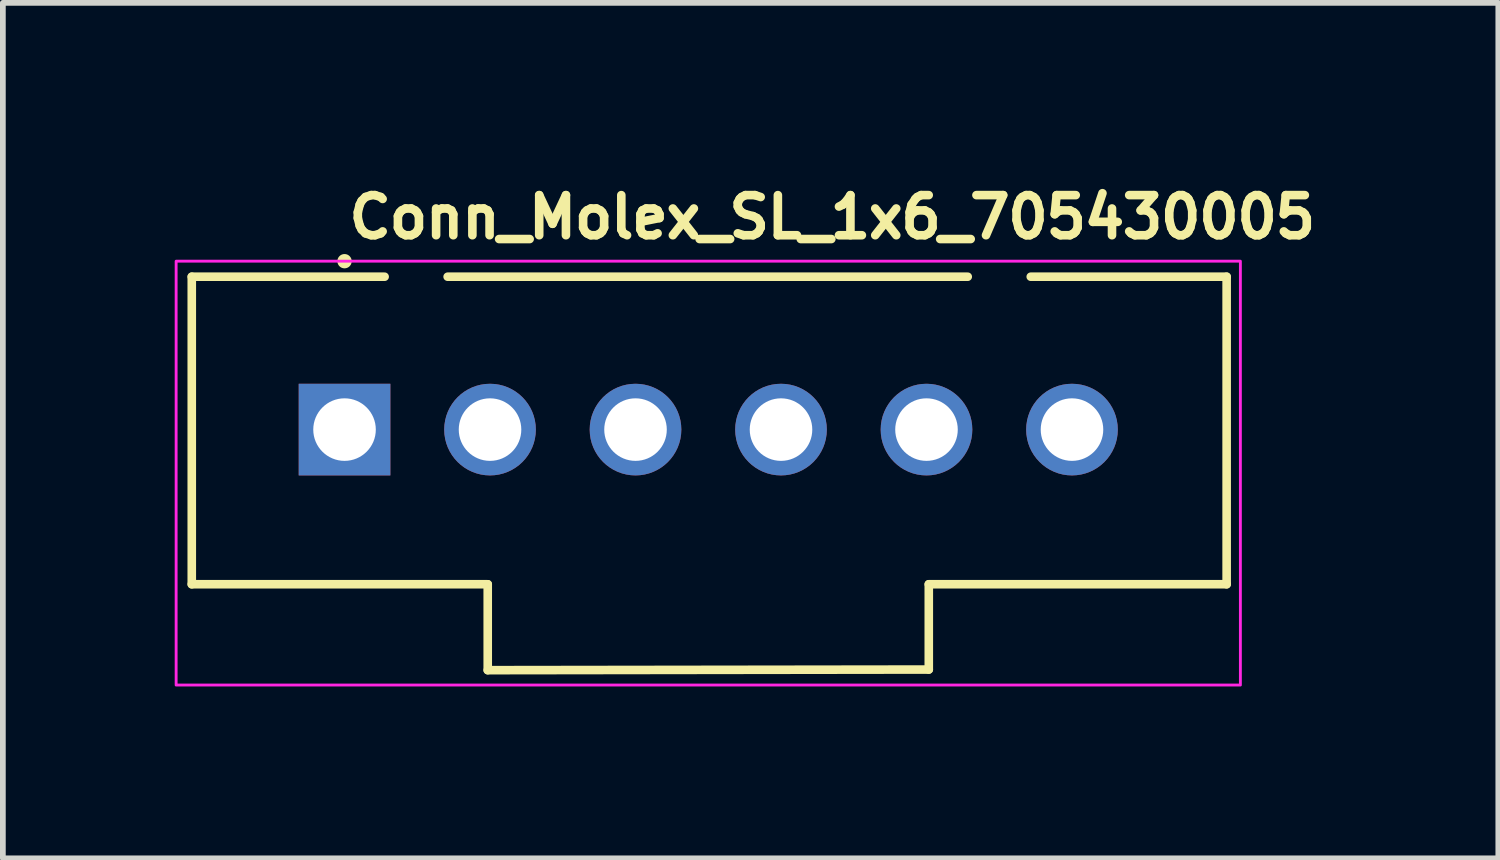
<source format=kicad_pcb>
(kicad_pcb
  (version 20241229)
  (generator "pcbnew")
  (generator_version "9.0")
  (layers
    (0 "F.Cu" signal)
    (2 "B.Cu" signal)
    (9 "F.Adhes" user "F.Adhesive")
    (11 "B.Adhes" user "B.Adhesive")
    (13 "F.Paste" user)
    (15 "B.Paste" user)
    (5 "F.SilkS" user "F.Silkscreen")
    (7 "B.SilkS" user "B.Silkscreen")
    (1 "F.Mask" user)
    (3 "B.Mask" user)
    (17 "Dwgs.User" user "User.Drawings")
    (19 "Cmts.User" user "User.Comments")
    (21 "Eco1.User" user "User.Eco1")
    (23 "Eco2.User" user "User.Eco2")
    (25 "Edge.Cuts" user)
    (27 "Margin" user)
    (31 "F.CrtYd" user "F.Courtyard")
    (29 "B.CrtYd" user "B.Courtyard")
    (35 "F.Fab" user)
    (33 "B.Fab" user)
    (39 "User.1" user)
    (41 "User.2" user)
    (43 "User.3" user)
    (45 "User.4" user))
  (footprint "Conn_Molex_SL_1x6_705430005"
    (layer "F.Cu")
    (at 2.965 4.45)
    (property "Reference" "Conn_Molex_SL_1x6_705430005" (at 0 -3.3 0) (unlocked yes) (layer "F.SilkS") (effects (font (size 0.7 0.7) (thickness 0.15)) (justify left bottom)))
    (attr through_hole)
    (fp_line (start -2.667 -2.669) (end -2.667 2.7) (stroke (width 0.15) (type solid)) (layer "F.SilkS"))
    (fp_line (start 0.7 -2.669) (end -2.667 -2.669) (stroke (width 0.15) (type solid)) (layer "F.SilkS"))
    (fp_line (start 2.5 2.7) (end -2.667 2.7) (stroke (width 0.15) (type solid)) (layer "F.SilkS"))
    (fp_line (start 2.5 2.7) (end 2.5 4.2) (stroke (width 0.15) (type solid)) (layer "F.SilkS"))
    (fp_line (start 10.2 2.7) (end 10.2 4.189) (stroke (width 0.15) (type solid)) (layer "F.SilkS"))
    (fp_line (start 10.2 4.189) (end 2.5 4.2) (stroke (width 0.15) (type solid)) (layer "F.SilkS"))
    (fp_line (start 10.88 -2.669) (end 1.8 -2.669) (stroke (width 0.15) (type solid)) (layer "F.SilkS"))
    (fp_line (start 15.4 -2.669) (end 11.98 -2.669) (stroke (width 0.15) (type solid)) (layer "F.SilkS"))
    (fp_line (start 15.4 -2.669) (end 15.4 2.7) (stroke (width 0.15) (type solid)) (layer "F.SilkS"))
    (fp_line (start 15.4 2.7) (end 10.2 2.7) (stroke (width 0.15) (type solid)) (layer "F.SilkS"))
    (fp_circle (center 0 -2.94) (end -0.05 -2.94) (stroke (width 0.15) (type solid)) (fill yes) (layer "F.SilkS"))
    (fp_rect (start 15.64 4.46) (end -2.94 -2.94) (stroke (width 0.05) (type solid)) (fill no) (layer "F.CrtYd"))
    (fp_rect (start 15.24 4.062) (end -2.54 -2.542) (stroke (width 0.1) (type solid)) (fill no) (layer "User.5"))
    (fp_line (start -2.54 2.538) (end -2.54 -2.542) (stroke (width 0.02) (type solid)) (layer "User.9"))
    (fp_line (start -2.54 2.538) (end -1.829 2.538) (stroke (width 0.02) (type solid)) (layer "User.9"))
    (fp_line (start -2.032 -2.034) (end 0.635 -2.034) (stroke (width 0.02) (type solid)) (layer "User.9"))
    (fp_line (start -2.032 2.03) (end -2.032 -2.034) (stroke (width 0.02) (type solid)) (layer "User.9"))
    (fp_line (start -1.829 2.513) (end -1.829 2.538) (stroke (width 0.02) (type solid)) (layer "User.9"))
    (fp_line (start -1.829 2.538) (end -1.016 2.538) (stroke (width 0.02) (type solid)) (layer "User.9"))
    (fp_line (start -1.524 -1.526) (end -2.032 -2.034) (stroke (width 0.02) (type solid)) (layer "User.9"))
    (fp_line (start -1.524 -1.526) (end 0.635 -1.526) (stroke (width 0.02) (type solid)) (layer "User.9"))
    (fp_line (start -1.524 1.522) (end -2.032 2.03) (stroke (width 0.02) (type solid)) (layer "User.9"))
    (fp_line (start -1.524 1.522) (end -1.524 -1.526) (stroke (width 0.02) (type solid)) (layer "User.9"))
    (fp_line (start -1.016 2.538) (end -1.016 2.513) (stroke (width 0.02) (type solid)) (layer "User.9"))
    (fp_line (start -1.016 2.538) (end -0.203 2.538) (stroke (width 0.02) (type solid)) (layer "User.9"))
    (fp_line (start -0.318 -0.319) (end -0.114 -0.116) (stroke (width 0.02) (type solid)) (layer "User.9"))
    (fp_line (start -0.318 -0.319) (end 0.317 -0.319) (stroke (width 0.02) (type solid)) (layer "User.9"))
    (fp_line (start -0.318 0.316) (end -0.318 -0.319) (stroke (width 0.02) (type solid)) (layer "User.9"))
    (fp_line (start -0.318 0.316) (end 0.317 0.316) (stroke (width 0.02) (type solid)) (layer "User.9"))
    (fp_line (start -0.203 2.513) (end -1.829 2.513) (stroke (width 0.02) (type solid)) (layer "User.9"))
    (fp_line (start -0.203 2.513) (end -0.203 2.538) (stroke (width 0.02) (type solid)) (layer "User.9"))
    (fp_line (start -0.203 2.538) (end 2.54 2.538) (stroke (width 0.02) (type solid)) (layer "User.9"))
    (fp_line (start -0.114 -0.116) (end 0.114 -0.116) (stroke (width 0.02) (type solid)) (layer "User.9"))
    (fp_line (start -0.114 0.112) (end -0.318 0.316) (stroke (width 0.02) (type solid)) (layer "User.9"))
    (fp_line (start -0.114 0.112) (end -0.114 -0.116) (stroke (width 0.02) (type solid)) (layer "User.9"))
    (fp_line (start -0.114 0.112) (end 0.114 0.112) (stroke (width 0.02) (type solid)) (layer "User.9"))
    (fp_line (start 0.114 -0.116) (end 0.114 0.112) (stroke (width 0.02) (type solid)) (layer "User.9"))
    (fp_line (start 0.114 -0.116) (end 0.317 -0.319) (stroke (width 0.02) (type solid)) (layer "User.9"))
    (fp_line (start 0.317 -0.319) (end 0.317 0.316) (stroke (width 0.02) (type solid)) (layer "User.9"))
    (fp_line (start 0.317 0.316) (end 0.114 0.112) (stroke (width 0.02) (type solid)) (layer "User.9"))
    (fp_line (start 0.635 -2.542) (end -2.54 -2.542) (stroke (width 0.02) (type solid)) (layer "User.9"))
    (fp_line (start 0.635 -2.542) (end 0.635 -2.034) (stroke (width 0.02) (type solid)) (layer "User.9"))
    (fp_line (start 0.635 -2.034) (end 0.635 -1.526) (stroke (width 0.02) (type solid)) (layer "User.9"))
    (fp_line (start 1.905 -2.542) (end 0.635 -2.542) (stroke (width 0.02) (type solid)) (layer "User.9"))
    (fp_line (start 1.905 -2.542) (end 1.905 -2.034) (stroke (width 0.02) (type solid)) (layer "User.9"))
    (fp_line (start 1.905 -2.034) (end 1.905 -1.526) (stroke (width 0.02) (type solid)) (layer "User.9"))
    (fp_line (start 1.905 -2.034) (end 10.795 -2.034) (stroke (width 0.02) (type solid)) (layer "User.9"))
    (fp_line (start 1.905 -1.526) (end 10.795 -1.526) (stroke (width 0.02) (type solid)) (layer "User.9"))
    (fp_line (start 2.222 -0.319) (end 2.426 -0.116) (stroke (width 0.02) (type solid)) (layer "User.9"))
    (fp_line (start 2.222 -0.319) (end 2.857 -0.319) (stroke (width 0.02) (type solid)) (layer "User.9"))
    (fp_line (start 2.222 0.316) (end 2.222 -0.319) (stroke (width 0.02) (type solid)) (layer "User.9"))
    (fp_line (start 2.222 0.316) (end 2.857 0.316) (stroke (width 0.02) (type solid)) (layer "User.9"))
    (fp_line (start 2.426 -0.116) (end 2.654 -0.116) (stroke (width 0.02) (type solid)) (layer "User.9"))
    (fp_line (start 2.426 0.112) (end 2.222 0.316) (stroke (width 0.02) (type solid)) (layer "User.9"))
    (fp_line (start 2.426 0.112) (end 2.426 -0.116) (stroke (width 0.02) (type solid)) (layer "User.9"))
    (fp_line (start 2.426 0.112) (end 2.654 0.112) (stroke (width 0.02) (type solid)) (layer "User.9"))
    (fp_line (start 2.54 4.062) (end 2.54 2.538) (stroke (width 0.02) (type solid)) (layer "User.9"))
    (fp_line (start 2.654 -0.116) (end 2.654 0.112) (stroke (width 0.02) (type solid)) (layer "User.9"))
    (fp_line (start 2.654 -0.116) (end 2.857 -0.319) (stroke (width 0.02) (type solid)) (layer "User.9"))
    (fp_line (start 2.857 -0.319) (end 2.857 0.316) (stroke (width 0.02) (type solid)) (layer "User.9"))
    (fp_line (start 2.857 0.316) (end 2.654 0.112) (stroke (width 0.02) (type solid)) (layer "User.9"))
    (fp_line (start 3.048 2.03) (end -2.032 2.03) (stroke (width 0.02) (type solid)) (layer "User.9"))
    (fp_line (start 3.048 3.554) (end 3.048 2.03) (stroke (width 0.02) (type solid)) (layer "User.9"))
    (fp_line (start 3.556 1.522) (end -1.524 1.522) (stroke (width 0.02) (type solid)) (layer "User.9"))
    (fp_line (start 3.556 1.522) (end 3.048 2.03) (stroke (width 0.02) (type solid)) (layer "User.9"))
    (fp_line (start 3.556 3.046) (end 3.048 3.554) (stroke (width 0.02) (type solid)) (layer "User.9"))
    (fp_line (start 3.556 3.046) (end 3.556 1.522) (stroke (width 0.02) (type solid)) (layer "User.9"))
    (fp_line (start 4.762 -0.319) (end 4.966 -0.116) (stroke (width 0.02) (type solid)) (layer "User.9"))
    (fp_line (start 4.762 -0.319) (end 5.397 -0.319) (stroke (width 0.02) (type solid)) (layer "User.9"))
    (fp_line (start 4.762 0.316) (end 4.762 -0.319) (stroke (width 0.02) (type solid)) (layer "User.9"))
    (fp_line (start 4.762 0.316) (end 5.397 0.316) (stroke (width 0.02) (type solid)) (layer "User.9"))
    (fp_line (start 4.826 1.522) (end 3.556 1.522) (stroke (width 0.02) (type solid)) (layer "User.9"))
    (fp_line (start 4.826 1.522) (end 4.826 2.03) (stroke (width 0.02) (type solid)) (layer "User.9"))
    (fp_line (start 4.826 2.03) (end 3.556 2.03) (stroke (width 0.02) (type solid)) (layer "User.9"))
    (fp_line (start 4.826 2.538) (end 3.556 2.538) (stroke (width 0.02) (type solid)) (layer "User.9"))
    (fp_line (start 4.826 2.538) (end 4.826 2.03) (stroke (width 0.02) (type solid)) (layer "User.9"))
    (fp_line (start 4.966 -0.116) (end 5.194 -0.116) (stroke (width 0.02) (type solid)) (layer "User.9"))
    (fp_line (start 4.966 0.112) (end 4.762 0.316) (stroke (width 0.02) (type solid)) (layer "User.9"))
    (fp_line (start 4.966 0.112) (end 4.966 -0.116) (stroke (width 0.02) (type solid)) (layer "User.9"))
    (fp_line (start 4.966 0.112) (end 5.194 0.112) (stroke (width 0.02) (type solid)) (layer "User.9"))
    (fp_line (start 5.194 -0.116) (end 5.194 0.112) (stroke (width 0.02) (type solid)) (layer "User.9"))
    (fp_line (start 5.194 -0.116) (end 5.397 -0.319) (stroke (width 0.02) (type solid)) (layer "User.9"))
    (fp_line (start 5.397 -0.319) (end 5.397 0.316) (stroke (width 0.02) (type solid)) (layer "User.9"))
    (fp_line (start 5.397 0.316) (end 5.194 0.112) (stroke (width 0.02) (type solid)) (layer "User.9"))
    (fp_line (start 7.302 -0.319) (end 7.506 -0.116) (stroke (width 0.02) (type solid)) (layer "User.9"))
    (fp_line (start 7.302 -0.319) (end 7.937 -0.319) (stroke (width 0.02) (type solid)) (layer "User.9"))
    (fp_line (start 7.302 0.316) (end 7.302 -0.319) (stroke (width 0.02) (type solid)) (layer "User.9"))
    (fp_line (start 7.302 0.316) (end 7.937 0.316) (stroke (width 0.02) (type solid)) (layer "User.9"))
    (fp_line (start 7.506 -0.116) (end 7.734 -0.116) (stroke (width 0.02) (type solid)) (layer "User.9"))
    (fp_line (start 7.506 0.112) (end 7.302 0.316) (stroke (width 0.02) (type solid)) (layer "User.9"))
    (fp_line (start 7.506 0.112) (end 7.506 -0.116) (stroke (width 0.02) (type solid)) (layer "User.9"))
    (fp_line (start 7.506 0.112) (end 7.734 0.112) (stroke (width 0.02) (type solid)) (layer "User.9"))
    (fp_line (start 7.734 -0.116) (end 7.734 0.112) (stroke (width 0.02) (type solid)) (layer "User.9"))
    (fp_line (start 7.734 -0.116) (end 7.937 -0.319) (stroke (width 0.02) (type solid)) (layer "User.9"))
    (fp_line (start 7.874 2.03) (end 7.874 1.522) (stroke (width 0.02) (type solid)) (layer "User.9"))
    (fp_line (start 7.874 2.538) (end 4.826 2.538) (stroke (width 0.02) (type solid)) (layer "User.9"))
    (fp_line (start 7.874 2.538) (end 7.874 2.03) (stroke (width 0.02) (type solid)) (layer "User.9"))
    (fp_line (start 7.937 -0.319) (end 7.937 0.316) (stroke (width 0.02) (type solid)) (layer "User.9"))
    (fp_line (start 7.937 0.316) (end 7.734 0.112) (stroke (width 0.02) (type solid)) (layer "User.9"))
    (fp_line (start 9.144 1.522) (end 7.874 1.522) (stroke (width 0.02) (type solid)) (layer "User.9"))
    (fp_line (start 9.144 1.522) (end 9.144 3.046) (stroke (width 0.02) (type solid)) (layer "User.9"))
    (fp_line (start 9.144 1.522) (end 9.652 2.03) (stroke (width 0.02) (type solid)) (layer "User.9"))
    (fp_line (start 9.144 2.03) (end 7.874 2.03) (stroke (width 0.02) (type solid)) (layer "User.9"))
    (fp_line (start 9.144 2.538) (end 7.874 2.538) (stroke (width 0.02) (type solid)) (layer "User.9"))
    (fp_line (start 9.144 3.046) (end 3.556 3.046) (stroke (width 0.02) (type solid)) (layer "User.9"))
    (fp_line (start 9.144 3.046) (end 9.652 3.554) (stroke (width 0.02) (type solid)) (layer "User.9"))
    (fp_line (start 9.652 2.03) (end 9.652 3.554) (stroke (width 0.02) (type solid)) (layer "User.9"))
    (fp_line (start 9.652 3.554) (end 3.048 3.554) (stroke (width 0.02) (type solid)) (layer "User.9"))
    (fp_line (start 9.842 -0.319) (end 10.046 -0.116) (stroke (width 0.02) (type solid)) (layer "User.9"))
    (fp_line (start 9.842 -0.319) (end 10.477 -0.319) (stroke (width 0.02) (type solid)) (layer "User.9"))
    (fp_line (start 9.842 0.316) (end 9.842 -0.319) (stroke (width 0.02) (type solid)) (layer "User.9"))
    (fp_line (start 9.842 0.316) (end 10.477 0.316) (stroke (width 0.02) (type solid)) (layer "User.9"))
    (fp_line (start 10.046 -0.116) (end 10.274 -0.116) (stroke (width 0.02) (type solid)) (layer "User.9"))
    (fp_line (start 10.046 0.112) (end 9.842 0.316) (stroke (width 0.02) (type solid)) (layer "User.9"))
    (fp_line (start 10.046 0.112) (end 10.046 -0.116) (stroke (width 0.02) (type solid)) (layer "User.9"))
    (fp_line (start 10.046 0.112) (end 10.274 0.112) (stroke (width 0.02) (type solid)) (layer "User.9"))
    (fp_line (start 10.16 4.062) (end 2.54 4.062) (stroke (width 0.02) (type solid)) (layer "User.9"))
    (fp_line (start 10.16 4.062) (end 10.16 2.538) (stroke (width 0.02) (type solid)) (layer "User.9"))
    (fp_line (start 10.274 -0.116) (end 10.274 0.112) (stroke (width 0.02) (type solid)) (layer "User.9"))
    (fp_line (start 10.274 -0.116) (end 10.477 -0.319) (stroke (width 0.02) (type solid)) (layer "User.9"))
    (fp_line (start 10.477 -0.319) (end 10.477 0.316) (stroke (width 0.02) (type solid)) (layer "User.9"))
    (fp_line (start 10.477 0.316) (end 10.274 0.112) (stroke (width 0.02) (type solid)) (layer "User.9"))
    (fp_line (start 10.795 -2.542) (end 1.905 -2.542) (stroke (width 0.02) (type solid)) (layer "User.9"))
    (fp_line (start 10.795 -2.542) (end 10.795 -2.034) (stroke (width 0.02) (type solid)) (layer "User.9"))
    (fp_line (start 10.795 -2.542) (end 12.065 -2.542) (stroke (width 0.02) (type solid)) (layer "User.9"))
    (fp_line (start 10.795 -2.034) (end 10.795 -1.526) (stroke (width 0.02) (type solid)) (layer "User.9"))
    (fp_line (start 12.065 -2.542) (end 12.065 -2.034) (stroke (width 0.02) (type solid)) (layer "User.9"))
    (fp_line (start 12.065 -2.034) (end 12.065 -1.526) (stroke (width 0.02) (type solid)) (layer "User.9"))
    (fp_line (start 12.065 -2.034) (end 14.732 -2.034) (stroke (width 0.02) (type solid)) (layer "User.9"))
    (fp_line (start 12.065 -1.526) (end 14.224 -1.526) (stroke (width 0.02) (type solid)) (layer "User.9"))
    (fp_line (start 12.382 -0.319) (end 12.586 -0.116) (stroke (width 0.02) (type solid)) (layer "User.9"))
    (fp_line (start 12.382 -0.319) (end 13.017 -0.319) (stroke (width 0.02) (type solid)) (layer "User.9"))
    (fp_line (start 12.382 0.316) (end 12.382 -0.319) (stroke (width 0.02) (type solid)) (layer "User.9"))
    (fp_line (start 12.382 0.316) (end 13.017 0.316) (stroke (width 0.02) (type solid)) (layer "User.9"))
    (fp_line (start 12.586 -0.116) (end 12.814 -0.116) (stroke (width 0.02) (type solid)) (layer "User.9"))
    (fp_line (start 12.586 0.112) (end 12.382 0.316) (stroke (width 0.02) (type solid)) (layer "User.9"))
    (fp_line (start 12.586 0.112) (end 12.586 -0.116) (stroke (width 0.02) (type solid)) (layer "User.9"))
    (fp_line (start 12.586 0.112) (end 12.814 0.112) (stroke (width 0.02) (type solid)) (layer "User.9"))
    (fp_line (start 12.814 -0.116) (end 12.814 0.112) (stroke (width 0.02) (type solid)) (layer "User.9"))
    (fp_line (start 12.814 -0.116) (end 13.017 -0.319) (stroke (width 0.02) (type solid)) (layer "User.9"))
    (fp_line (start 13.017 -0.319) (end 13.017 0.316) (stroke (width 0.02) (type solid)) (layer "User.9"))
    (fp_line (start 13.017 0.316) (end 12.814 0.112) (stroke (width 0.02) (type solid)) (layer "User.9"))
    (fp_line (start 14.224 -1.526) (end 14.224 1.522) (stroke (width 0.02) (type solid)) (layer "User.9"))
    (fp_line (start 14.224 -1.526) (end 14.732 -2.034) (stroke (width 0.02) (type solid)) (layer "User.9"))
    (fp_line (start 14.224 1.522) (end 9.144 1.522) (stroke (width 0.02) (type solid)) (layer "User.9"))
    (fp_line (start 14.224 1.522) (end 14.732 2.03) (stroke (width 0.02) (type solid)) (layer "User.9"))
    (fp_line (start 14.732 -2.034) (end 14.732 2.03) (stroke (width 0.02) (type solid)) (layer "User.9"))
    (fp_line (start 14.732 2.03) (end 9.652 2.03) (stroke (width 0.02) (type solid)) (layer "User.9"))
    (fp_line (start 15.24 -2.542) (end 12.065 -2.542) (stroke (width 0.02) (type solid)) (layer "User.9"))
    (fp_line (start 15.24 2.538) (end 10.16 2.538) (stroke (width 0.02) (type solid)) (layer "User.9"))
    (fp_line (start 15.24 2.538) (end 15.24 -2.542) (stroke (width 0.02) (type solid)) (layer "User.9"))
    (pad "1" thru_hole rect (at 0 0 180) (size 1.6 1.6) (drill 1.092) (layers "*.Cu" "*.Mask"))
    (pad "2" thru_hole circle (at 2.54 0 180) (size 1.6 1.6) (drill 1.092) (layers "*.Cu" "*.Mask"))
    (pad "3" thru_hole circle (at 5.08 0 180) (size 1.6 1.6) (drill 1.092) (layers "*.Cu" "*.Mask"))
    (pad "4" thru_hole circle (at 7.62 0 180) (size 1.6 1.6) (drill 1.092) (layers "*.Cu" "*.Mask"))
    (pad "5" thru_hole circle (at 10.16 0 180) (size 1.6 1.6) (drill 1.092) (layers "*.Cu" "*.Mask"))
    (pad "6" thru_hole circle (at 12.7 0 180) (size 1.6 1.6) (drill 1.092) (layers "*.Cu" "*.Mask")))
  (gr_rect
    (start -3 -3)
    (end 23.108 11.935)
    (stroke (width 0.1) (type default))
    (fill no)
    (layer "Edge.Cuts")))
</source>
